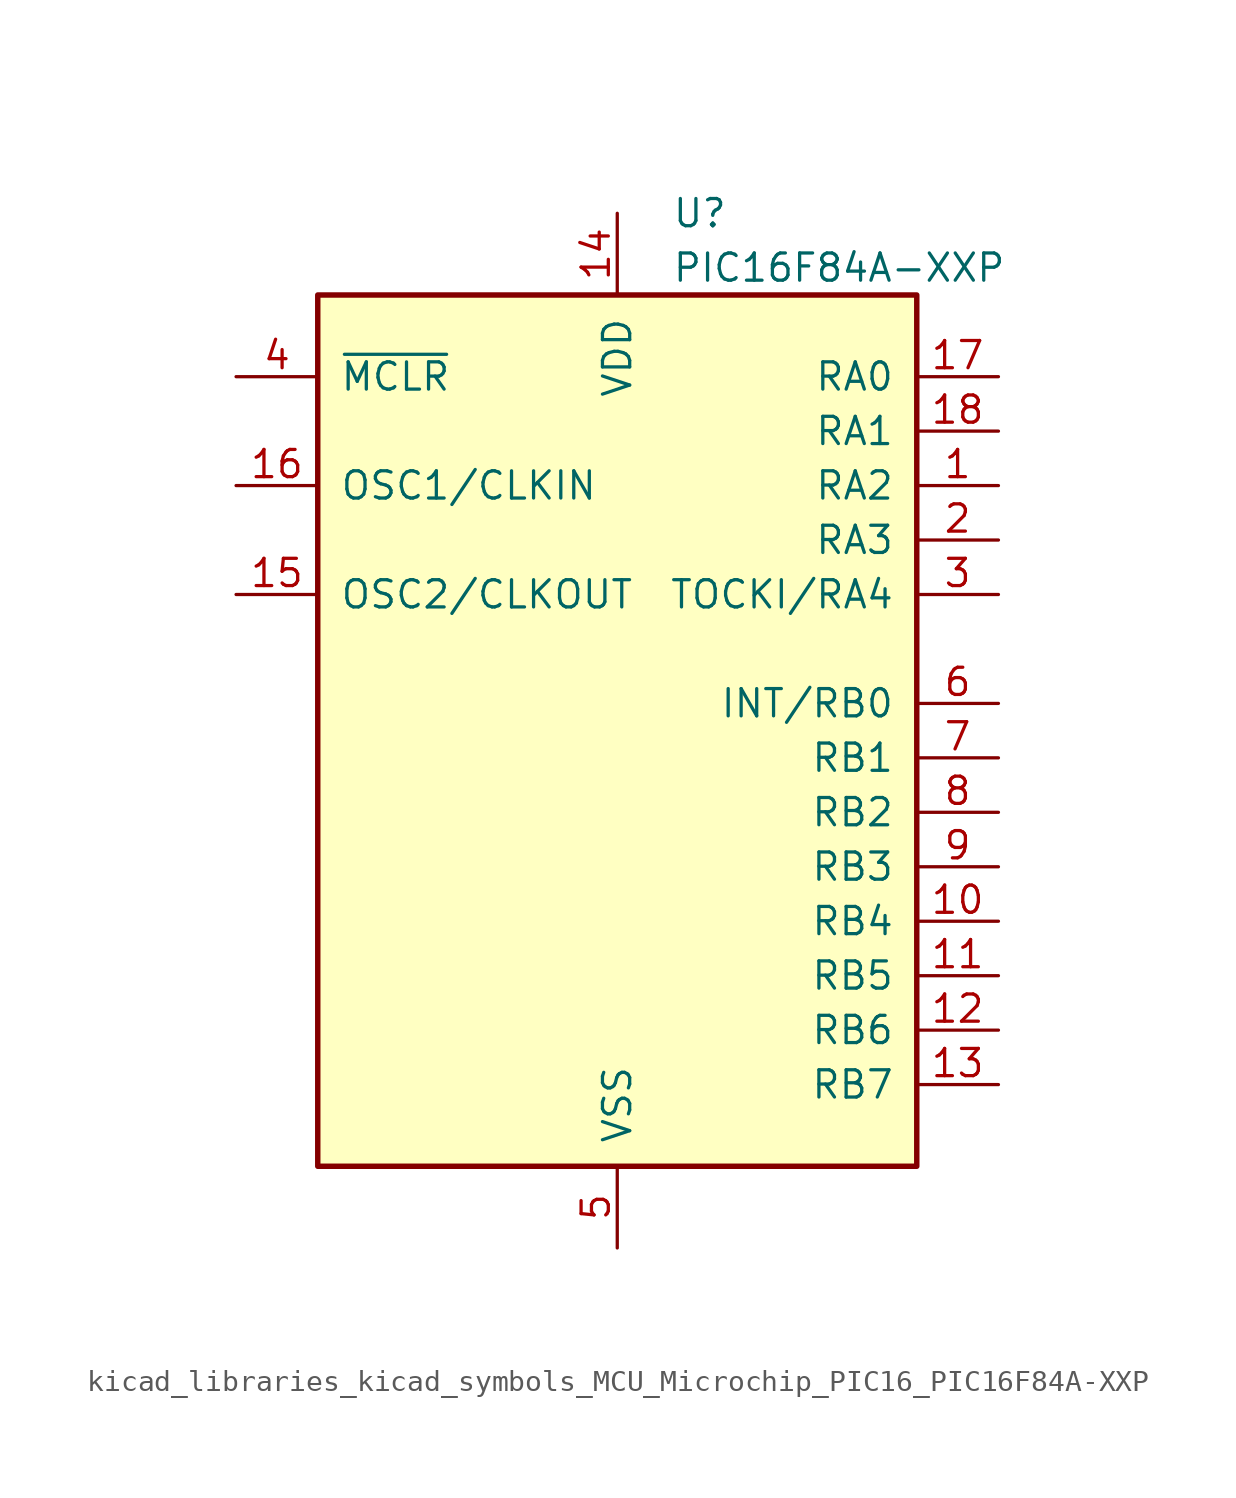
<source format=kicad_sym>
(kicad_symbol_lib
  (version 20220914)
  (generator kicad_symbol_editor)
  (symbol "kicad_libraries_kicad_symbols_MCU_Microchip_PIC16_PIC16F84A-XXP"
    (pin_names
      (offset 1.016))
    (property "Reference" "U"
      (at 2.54 22.86 0)
      (effects (font (size 1.27 1.27)) (justify left)))
    (property "Value" "PIC16F84A-XXP"
      (at 2.54 20.32 0)
      (effects (font (size 1.27 1.27)) (justify left)))
    (symbol "kicad_libraries_kicad_symbols_MCU_Microchip_PIC16_PIC16F84A-XXP_0_1"
      (rectangle (start -13.97 19.05) (end 13.97 -21.59) (stroke (width 0.254) (type default)) (fill (type background))))
    (symbol "kicad_libraries_kicad_symbols_MCU_Microchip_PIC16_PIC16F84A-XXP_1_1"
      (pin bidirectional line (at 17.78 10.16 180) (length 3.81) (name "RA2" (effects (font (size 1.27 1.27)))) (number "1" (effects (font (size 1.27 1.27)))))
      (pin bidirectional line (at 17.78 -10.16 180) (length 3.81) (name "RB4" (effects (font (size 1.27 1.27)))) (number "10" (effects (font (size 1.27 1.27)))))
      (pin bidirectional line (at 17.78 -12.7 180) (length 3.81) (name "RB5" (effects (font (size 1.27 1.27)))) (number "11" (effects (font (size 1.27 1.27)))))
      (pin bidirectional line (at 17.78 -15.24 180) (length 3.81) (name "RB6" (effects (font (size 1.27 1.27)))) (number "12" (effects (font (size 1.27 1.27)))))
      (pin bidirectional line (at 17.78 -17.78 180) (length 3.81) (name "RB7" (effects (font (size 1.27 1.27)))) (number "13" (effects (font (size 1.27 1.27)))))
      (pin power_in line (at 0 22.86 270) (length 3.81) (name "VDD" (effects (font (size 1.27 1.27)))) (number "14" (effects (font (size 1.27 1.27)))))
      (pin output line (at -17.78 5.08 0) (length 3.81) (name "OSC2/CLKOUT" (effects (font (size 1.27 1.27)))) (number "15" (effects (font (size 1.27 1.27)))))
      (pin input line (at -17.78 10.16 0) (length 3.81) (name "OSC1/CLKIN" (effects (font (size 1.27 1.27)))) (number "16" (effects (font (size 1.27 1.27)))))
      (pin bidirectional line (at 17.78 15.24 180) (length 3.81) (name "RA0" (effects (font (size 1.27 1.27)))) (number "17" (effects (font (size 1.27 1.27)))))
      (pin bidirectional line (at 17.78 12.7 180) (length 3.81) (name "RA1" (effects (font (size 1.27 1.27)))) (number "18" (effects (font (size 1.27 1.27)))))
      (pin bidirectional line (at 17.78 7.62 180) (length 3.81) (name "RA3" (effects (font (size 1.27 1.27)))) (number "2" (effects (font (size 1.27 1.27)))))
      (pin bidirectional line (at 17.78 5.08 180) (length 3.81) (name "TOCKI/RA4" (effects (font (size 1.27 1.27)))) (number "3" (effects (font (size 1.27 1.27)))))
      (pin input line (at -17.78 15.24 0) (length 3.81) (name "~{MCLR}" (effects (font (size 1.27 1.27)))) (number "4" (effects (font (size 1.27 1.27)))))
      (pin power_in line (at 0 -25.4 90) (length 3.81) (name "VSS" (effects (font (size 1.27 1.27)))) (number "5" (effects (font (size 1.27 1.27)))))
      (pin bidirectional line (at 17.78 0 180) (length 3.81) (name "INT/RB0" (effects (font (size 1.27 1.27)))) (number "6" (effects (font (size 1.27 1.27)))))
      (pin bidirectional line (at 17.78 -2.54 180) (length 3.81) (name "RB1" (effects (font (size 1.27 1.27)))) (number "7" (effects (font (size 1.27 1.27)))))
      (pin bidirectional line (at 17.78 -5.08 180) (length 3.81) (name "RB2" (effects (font (size 1.27 1.27)))) (number "8" (effects (font (size 1.27 1.27)))))
      (pin bidirectional line (at 17.78 -7.62 180) (length 3.81) (name "RB3" (effects (font (size 1.27 1.27)))) (number "9" (effects (font (size 1.27 1.27))))))))
</source>
